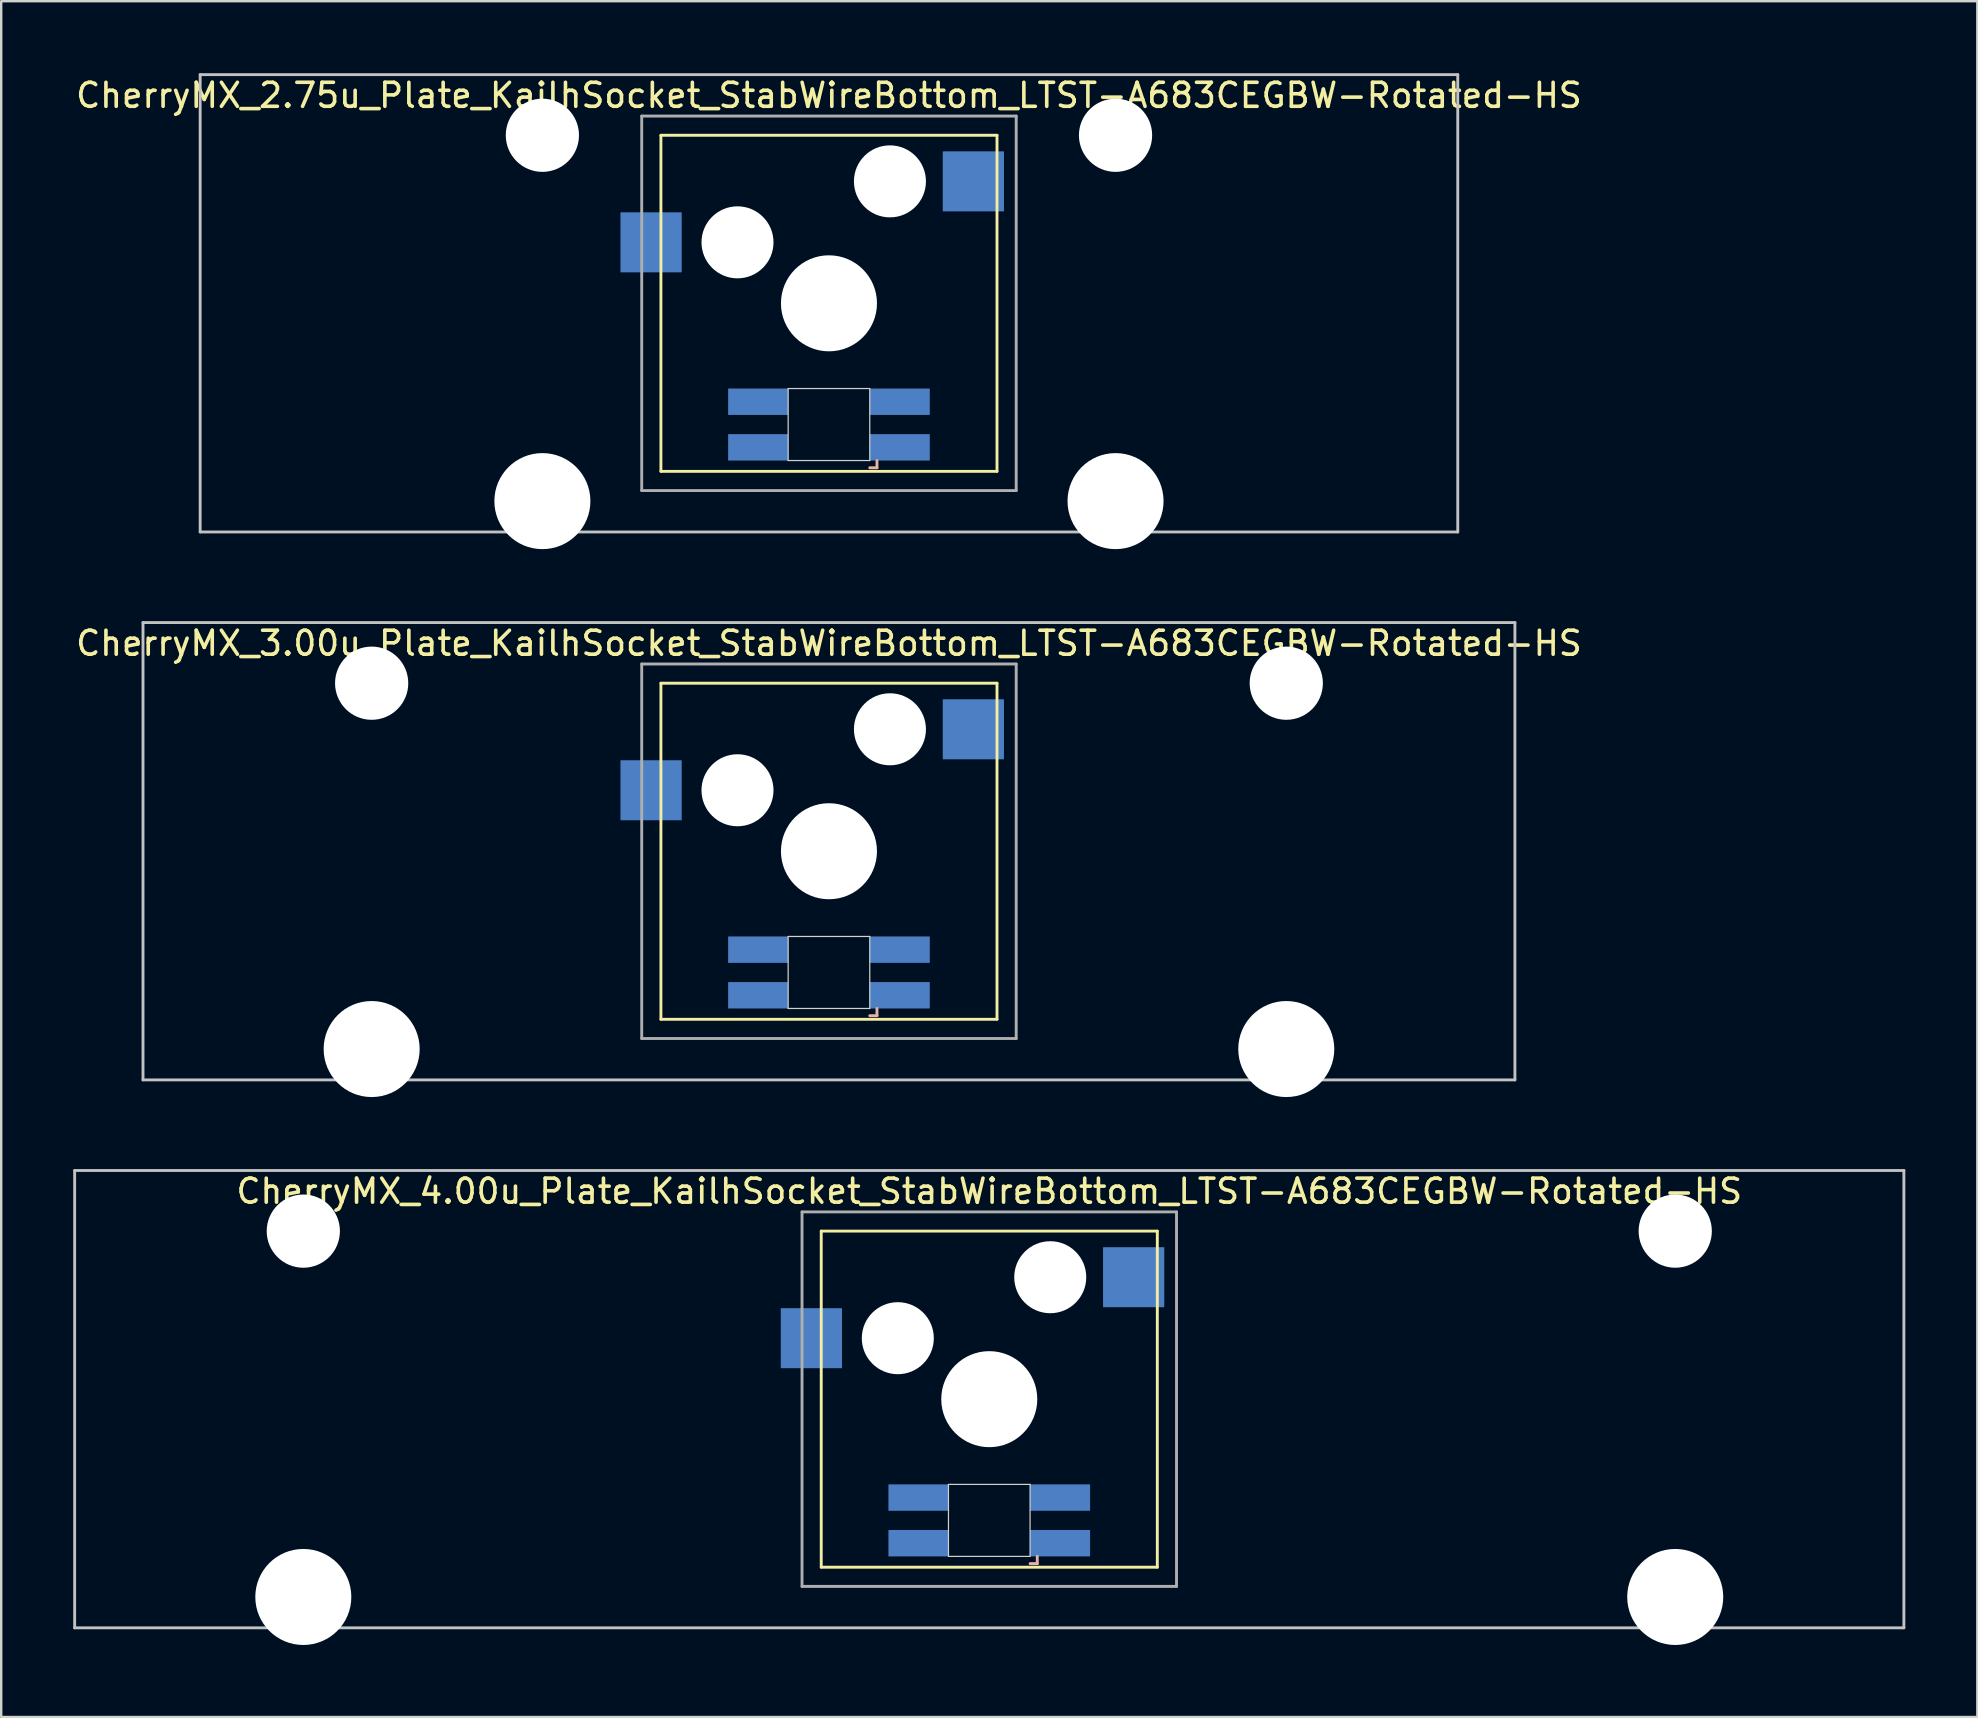
<source format=kicad_pcb>
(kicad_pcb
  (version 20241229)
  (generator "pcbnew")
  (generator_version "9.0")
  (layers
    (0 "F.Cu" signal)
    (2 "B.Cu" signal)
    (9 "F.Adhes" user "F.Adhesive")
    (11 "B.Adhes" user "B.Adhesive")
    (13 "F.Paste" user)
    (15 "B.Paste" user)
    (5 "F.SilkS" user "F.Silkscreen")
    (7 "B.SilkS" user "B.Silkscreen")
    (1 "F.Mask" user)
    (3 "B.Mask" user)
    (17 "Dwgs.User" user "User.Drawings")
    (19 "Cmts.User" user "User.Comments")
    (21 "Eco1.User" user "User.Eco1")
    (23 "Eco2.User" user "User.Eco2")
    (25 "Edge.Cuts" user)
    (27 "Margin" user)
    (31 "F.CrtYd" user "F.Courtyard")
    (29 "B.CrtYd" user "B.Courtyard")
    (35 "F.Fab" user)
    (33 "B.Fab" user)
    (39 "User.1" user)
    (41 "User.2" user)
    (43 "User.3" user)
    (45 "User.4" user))
  (footprint "CherryMX_3.00u_Plate_KailhSocket_StabWireBottom_LTST-A683CEGBW-Rotated-HS"
    (layer "F.Cu")
    (at 31.482 32.41)
    (property "Reference" "CherryMX_3.00u_Plate_KailhSocket_StabWireBottom_LTST-A683CEGBW-Rotated-HS" (at 0 -8.662 0) (layer "F.SilkS") (effects (font (size 1 1) (thickness 0.15))))
    (attr through_hole)
    (fp_line (start -7 -7) (end -7 7) (stroke (width 0.12) (type solid)) (layer "F.SilkS"))
    (fp_line (start -7 -7) (end 7 -7) (stroke (width 0.12) (type solid)) (layer "F.SilkS"))
    (fp_line (start 7 -7) (end 7 7) (stroke (width 0.12) (type solid)) (layer "F.SilkS"))
    (fp_line (start 7 7) (end -7 7) (stroke (width 0.12) (type solid)) (layer "F.SilkS"))
    (fp_line (start 1.7 6.85) (end 2 6.85) (stroke (width 0.12) (type solid)) (layer "B.SilkS"))
    (fp_line (start 2 6.85) (end 2 6.55) (stroke (width 0.12) (type solid)) (layer "B.SilkS"))
    (fp_line (start -28.575 -9.525) (end 28.575 -9.525) (stroke (width 0.12) (type solid)) (layer "Dwgs.User"))
    (fp_line (start -28.575 9.525) (end -28.575 -9.525) (stroke (width 0.12) (type solid)) (layer "Dwgs.User"))
    (fp_line (start 28.575 -9.525) (end 28.575 9.525) (stroke (width 0.12) (type solid)) (layer "Dwgs.User"))
    (fp_line (start 28.575 9.525) (end -28.575 9.525) (stroke (width 0.12) (type solid)) (layer "Dwgs.User"))
    (fp_line (start -1.7 3.55) (end 1.7 3.55) (stroke (width 0.05) (type solid)) (layer "Edge.Cuts"))
    (fp_line (start -1.7 6.55) (end -1.7 3.55) (stroke (width 0.05) (type solid)) (layer "Edge.Cuts"))
    (fp_line (start 1.7 3.55) (end 1.7 6.55) (stroke (width 0.05) (type solid)) (layer "Edge.Cuts"))
    (fp_line (start 1.7 6.55) (end -1.7 6.55) (stroke (width 0.05) (type solid)) (layer "Edge.Cuts"))
    (fp_line (start -7.8 -7.8) (end -7.8 7.8) (stroke (width 0.12) (type solid)) (layer "F.Fab"))
    (fp_line (start -7.8 -7.8) (end 7.8 -7.8) (stroke (width 0.12) (type solid)) (layer "F.Fab"))
    (fp_line (start -7.8 7.8) (end 7.8 7.8) (stroke (width 0.12) (type solid)) (layer "F.Fab"))
    (fp_line (start 7.8 -7.8) (end 7.8 7.8) (stroke (width 0.12) (type solid)) (layer "F.Fab"))
    (pad "" np_thru_hole circle (at -19.05 -7) (size 3.05 3.05) (drill 3.05) (layers "*.Cu" "*.Mask"))
    (pad "" np_thru_hole circle (at -19.05 8.24) (size 4 4) (drill 4) (layers "*.Cu" "*.Mask"))
    (pad "" np_thru_hole circle (at -3.81 -2.54) (size 3 3) (drill 3) (layers "*.Cu" "*.Mask"))
    (pad "" np_thru_hole circle (at 0 0) (size 4 4) (drill 4) (layers "*.Cu" "*.Mask"))
    (pad "" np_thru_hole circle (at 2.54 -5.08) (size 3 3) (drill 3) (layers "*.Cu" "*.Mask"))
    (pad "" np_thru_hole circle (at 19.05 -7) (size 3.05 3.05) (drill 3.05) (layers "*.Cu" "*.Mask"))
    (pad "" np_thru_hole circle (at 19.05 8.24) (size 4 4) (drill 4) (layers "*.Cu" "*.Mask"))
    (pad "1" smd rect (at -7.41 -2.54) (size 2.55 2.5) (layers "B.Cu" "B.Mask" "B.Paste"))
    (pad "2" smd rect (at 6.015 -5.08) (size 2.55 2.5) (layers "B.Cu" "B.Mask" "B.Paste"))
    (pad "3" smd rect (at 2.95 6) (size 2.5 1.1) (layers "B.Cu" "B.Mask" "B.Paste"))
    (pad "4" smd rect (at 2.95 4.1) (size 2.5 1.1) (layers "B.Cu" "B.Mask" "B.Paste"))
    (pad "5" smd rect (at -2.95 6) (size 2.5 1.1) (layers "B.Cu" "B.Mask" "B.Paste"))
    (pad "6" smd rect (at -2.95 4.1) (size 2.5 1.1) (layers "B.Cu" "B.Mask" "B.Paste")))
  (footprint "CherryMX_2.75u_Plate_KailhSocket_StabWireBottom_LTST-A683CEGBW-Rotated-HS"
    (layer "F.Cu")
    (at 31.482 9.585)
    (property "Reference" "CherryMX_2.75u_Plate_KailhSocket_StabWireBottom_LTST-A683CEGBW-Rotated-HS" (at 0 -8.662 0) (layer "F.SilkS") (effects (font (size 1 1) (thickness 0.15))))
    (attr through_hole)
    (fp_line (start -7 -7) (end -7 7) (stroke (width 0.12) (type solid)) (layer "F.SilkS"))
    (fp_line (start -7 -7) (end 7 -7) (stroke (width 0.12) (type solid)) (layer "F.SilkS"))
    (fp_line (start 7 -7) (end 7 7) (stroke (width 0.12) (type solid)) (layer "F.SilkS"))
    (fp_line (start 7 7) (end -7 7) (stroke (width 0.12) (type solid)) (layer "F.SilkS"))
    (fp_line (start 1.7 6.85) (end 2 6.85) (stroke (width 0.12) (type solid)) (layer "B.SilkS"))
    (fp_line (start 2 6.85) (end 2 6.55) (stroke (width 0.12) (type solid)) (layer "B.SilkS"))
    (fp_line (start -26.194 -9.525) (end 26.194 -9.525) (stroke (width 0.12) (type solid)) (layer "Dwgs.User"))
    (fp_line (start -26.194 9.525) (end -26.194 -9.525) (stroke (width 0.12) (type solid)) (layer "Dwgs.User"))
    (fp_line (start 26.194 -9.525) (end 26.194 9.525) (stroke (width 0.12) (type solid)) (layer "Dwgs.User"))
    (fp_line (start 26.194 9.525) (end -26.194 9.525) (stroke (width 0.12) (type solid)) (layer "Dwgs.User"))
    (fp_line (start -1.7 3.55) (end 1.7 3.55) (stroke (width 0.05) (type solid)) (layer "Edge.Cuts"))
    (fp_line (start -1.7 6.55) (end -1.7 3.55) (stroke (width 0.05) (type solid)) (layer "Edge.Cuts"))
    (fp_line (start 1.7 3.55) (end 1.7 6.55) (stroke (width 0.05) (type solid)) (layer "Edge.Cuts"))
    (fp_line (start 1.7 6.55) (end -1.7 6.55) (stroke (width 0.05) (type solid)) (layer "Edge.Cuts"))
    (fp_line (start -7.8 -7.8) (end -7.8 7.8) (stroke (width 0.12) (type solid)) (layer "F.Fab"))
    (fp_line (start -7.8 -7.8) (end 7.8 -7.8) (stroke (width 0.12) (type solid)) (layer "F.Fab"))
    (fp_line (start -7.8 7.8) (end 7.8 7.8) (stroke (width 0.12) (type solid)) (layer "F.Fab"))
    (fp_line (start 7.8 -7.8) (end 7.8 7.8) (stroke (width 0.12) (type solid)) (layer "F.Fab"))
    (pad "" np_thru_hole circle (at -11.938 -7) (size 3.05 3.05) (drill 3.05) (layers "*.Cu" "*.Mask"))
    (pad "" np_thru_hole circle (at -11.938 8.24) (size 4 4) (drill 4) (layers "*.Cu" "*.Mask"))
    (pad "" np_thru_hole circle (at -3.81 -2.54) (size 3 3) (drill 3) (layers "*.Cu" "*.Mask"))
    (pad "" np_thru_hole circle (at 0 0) (size 4 4) (drill 4) (layers "*.Cu" "*.Mask"))
    (pad "" np_thru_hole circle (at 2.54 -5.08) (size 3 3) (drill 3) (layers "*.Cu" "*.Mask"))
    (pad "" np_thru_hole circle (at 11.938 -7) (size 3.05 3.05) (drill 3.05) (layers "*.Cu" "*.Mask"))
    (pad "" np_thru_hole circle (at 11.938 8.24) (size 4 4) (drill 4) (layers "*.Cu" "*.Mask"))
    (pad "1" smd rect (at -7.41 -2.54) (size 2.55 2.5) (layers "B.Cu" "B.Mask" "B.Paste"))
    (pad "2" smd rect (at 6.015 -5.08) (size 2.55 2.5) (layers "B.Cu" "B.Mask" "B.Paste"))
    (pad "3" smd rect (at 2.95 6) (size 2.5 1.1) (layers "B.Cu" "B.Mask" "B.Paste"))
    (pad "4" smd rect (at 2.95 4.1) (size 2.5 1.1) (layers "B.Cu" "B.Mask" "B.Paste"))
    (pad "5" smd rect (at -2.95 6) (size 2.5 1.1) (layers "B.Cu" "B.Mask" "B.Paste"))
    (pad "6" smd rect (at -2.95 4.1) (size 2.5 1.1) (layers "B.Cu" "B.Mask" "B.Paste")))
  (footprint "CherryMX_4.00u_Plate_KailhSocket_StabWireBottom_LTST-A683CEGBW-Rotated-HS"
    (layer "F.Cu")
    (at 38.16 55.235)
    (property "Reference" "CherryMX_4.00u_Plate_KailhSocket_StabWireBottom_LTST-A683CEGBW-Rotated-HS" (at 0 -8.662 0) (layer "F.SilkS") (effects (font (size 1 1) (thickness 0.15))))
    (attr through_hole)
    (fp_line (start -7 -7) (end -7 7) (stroke (width 0.12) (type solid)) (layer "F.SilkS"))
    (fp_line (start -7 -7) (end 7 -7) (stroke (width 0.12) (type solid)) (layer "F.SilkS"))
    (fp_line (start 7 -7) (end 7 7) (stroke (width 0.12) (type solid)) (layer "F.SilkS"))
    (fp_line (start 7 7) (end -7 7) (stroke (width 0.12) (type solid)) (layer "F.SilkS"))
    (fp_line (start 1.7 6.85) (end 2 6.85) (stroke (width 0.12) (type solid)) (layer "B.SilkS"))
    (fp_line (start 2 6.85) (end 2 6.55) (stroke (width 0.12) (type solid)) (layer "B.SilkS"))
    (fp_line (start -38.1 -9.525) (end 38.1 -9.525) (stroke (width 0.12) (type solid)) (layer "Dwgs.User"))
    (fp_line (start -38.1 9.525) (end -38.1 -9.525) (stroke (width 0.12) (type solid)) (layer "Dwgs.User"))
    (fp_line (start 38.1 -9.525) (end 38.1 9.525) (stroke (width 0.12) (type solid)) (layer "Dwgs.User"))
    (fp_line (start 38.1 9.525) (end -38.1 9.525) (stroke (width 0.12) (type solid)) (layer "Dwgs.User"))
    (fp_line (start -1.7 3.55) (end 1.7 3.55) (stroke (width 0.05) (type solid)) (layer "Edge.Cuts"))
    (fp_line (start -1.7 6.55) (end -1.7 3.55) (stroke (width 0.05) (type solid)) (layer "Edge.Cuts"))
    (fp_line (start 1.7 3.55) (end 1.7 6.55) (stroke (width 0.05) (type solid)) (layer "Edge.Cuts"))
    (fp_line (start 1.7 6.55) (end -1.7 6.55) (stroke (width 0.05) (type solid)) (layer "Edge.Cuts"))
    (fp_line (start -7.8 -7.8) (end -7.8 7.8) (stroke (width 0.12) (type solid)) (layer "F.Fab"))
    (fp_line (start -7.8 -7.8) (end 7.8 -7.8) (stroke (width 0.12) (type solid)) (layer "F.Fab"))
    (fp_line (start -7.8 7.8) (end 7.8 7.8) (stroke (width 0.12) (type solid)) (layer "F.Fab"))
    (fp_line (start 7.8 -7.8) (end 7.8 7.8) (stroke (width 0.12) (type solid)) (layer "F.Fab"))
    (pad "" np_thru_hole circle (at -28.575 -7) (size 3.05 3.05) (drill 3.05) (layers "*.Cu" "*.Mask"))
    (pad "" np_thru_hole circle (at -28.575 8.24) (size 4 4) (drill 4) (layers "*.Cu" "*.Mask"))
    (pad "" np_thru_hole circle (at -3.81 -2.54) (size 3 3) (drill 3) (layers "*.Cu" "*.Mask"))
    (pad "" np_thru_hole circle (at 0 0) (size 4 4) (drill 4) (layers "*.Cu" "*.Mask"))
    (pad "" np_thru_hole circle (at 2.54 -5.08) (size 3 3) (drill 3) (layers "*.Cu" "*.Mask"))
    (pad "" np_thru_hole circle (at 28.575 -7) (size 3.05 3.05) (drill 3.05) (layers "*.Cu" "*.Mask"))
    (pad "" np_thru_hole circle (at 28.575 8.24) (size 4 4) (drill 4) (layers "*.Cu" "*.Mask"))
    (pad "1" smd rect (at -7.41 -2.54) (size 2.55 2.5) (layers "B.Cu" "B.Mask" "B.Paste"))
    (pad "2" smd rect (at 6.015 -5.08) (size 2.55 2.5) (layers "B.Cu" "B.Mask" "B.Paste"))
    (pad "3" smd rect (at 2.95 6) (size 2.5 1.1) (layers "B.Cu" "B.Mask" "B.Paste"))
    (pad "4" smd rect (at 2.95 4.1) (size 2.5 1.1) (layers "B.Cu" "B.Mask" "B.Paste"))
    (pad "5" smd rect (at -2.95 6) (size 2.5 1.1) (layers "B.Cu" "B.Mask" "B.Paste"))
    (pad "6" smd rect (at -2.95 4.1) (size 2.5 1.1) (layers "B.Cu" "B.Mask" "B.Paste")))
  (gr_rect
    (start -3 -3)
    (end 79.32 68.475)
    (stroke (width 0.1) (type default))
    (fill no)
    (layer "Edge.Cuts")))
</source>
